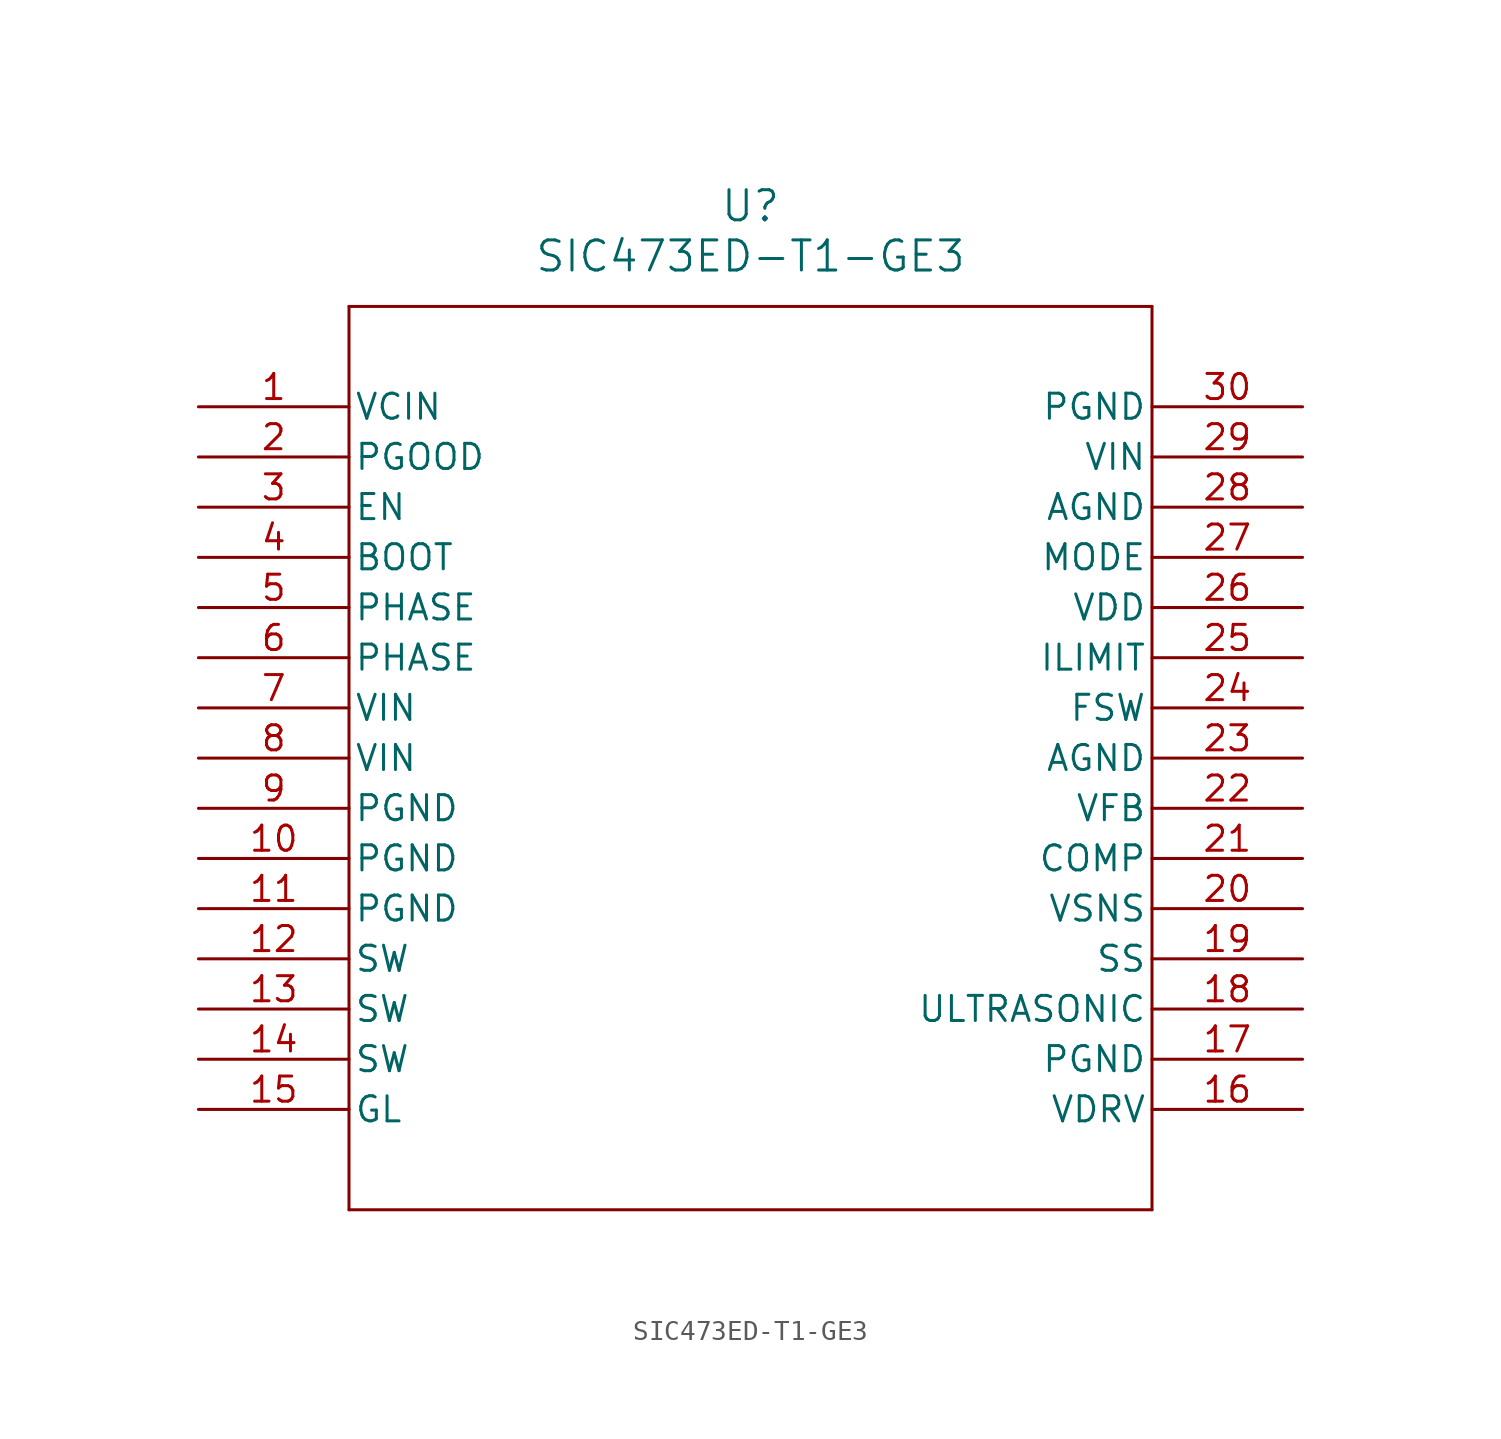
<source format=kicad_sym>
(kicad_symbol_lib
  (version 20211014)
  (generator kicad_symbol_editor)
  (symbol "SIC473ED-T1-GE3"
    (pin_names
      (offset 0.254))
    (property "Reference" "U"
      (at 27.94 10.16 0)
      (effects (font (size 1.524 1.524))))
    (property "Value" "SIC473ED-T1-GE3"
      (at 27.94 7.62 0)
      (effects (font (size 1.524 1.524))))
    (symbol "SIC473ED-T1-GE3_0_1"
      (polyline (pts (xy 7.62 5.08) (xy 7.62 -40.64)) (stroke (width 0) (type default) (color 0 0 0 0)) (fill (type none)))
      (polyline (pts (xy 7.62 -40.64) (xy 48.26 -40.64)) (stroke (width 0) (type default) (color 0 0 0 0)) (fill (type none)))
      (polyline (pts (xy 48.26 -40.64) (xy 48.26 5.08)) (stroke (width 0) (type default) (color 0 0 0 0)) (fill (type none)))
      (polyline (pts (xy 48.26 5.08) (xy 7.62 5.08)) (stroke (width 0) (type default) (color 0 0 0 0)) (fill (type none)))
      (pin power_in line (at 0 0 0) (length 7.62) (name "VCIN" (effects (font (size 1.27 1.27)))) (number "1" (effects (font (size 1.27 1.27)))))
      (pin output line (at 0 -2.54 0) (length 7.62) (name "PGOOD" (effects (font (size 1.27 1.27)))) (number "2" (effects (font (size 1.27 1.27)))))
      (pin unspecified line (at 0 -5.08 0) (length 7.62) (name "EN" (effects (font (size 1.27 1.27)))) (number "3" (effects (font (size 1.27 1.27)))))
      (pin power_in line (at 0 -7.62 0) (length 7.62) (name "BOOT" (effects (font (size 1.27 1.27)))) (number "4" (effects (font (size 1.27 1.27)))))
      (pin unspecified line (at 0 -10.16 0) (length 7.62) (name "PHASE" (effects (font (size 1.27 1.27)))) (number "5" (effects (font (size 1.27 1.27)))))
      (pin unspecified line (at 0 -12.7 0) (length 7.62) (name "PHASE" (effects (font (size 1.27 1.27)))) (number "6" (effects (font (size 1.27 1.27)))))
      (pin power_in line (at 0 -15.24 0) (length 7.62) (name "VIN" (effects (font (size 1.27 1.27)))) (number "7" (effects (font (size 1.27 1.27)))))
      (pin power_in line (at 0 -17.78 0) (length 7.62) (name "VIN" (effects (font (size 1.27 1.27)))) (number "8" (effects (font (size 1.27 1.27)))))
      (pin power_out line (at 0 -20.32 0) (length 7.62) (name "PGND" (effects (font (size 1.27 1.27)))) (number "9" (effects (font (size 1.27 1.27)))))
      (pin power_out line (at 0 -22.86 0) (length 7.62) (name "PGND" (effects (font (size 1.27 1.27)))) (number "10" (effects (font (size 1.27 1.27)))))
      (pin power_out line (at 0 -25.4 0) (length 7.62) (name "PGND" (effects (font (size 1.27 1.27)))) (number "11" (effects (font (size 1.27 1.27)))))
      (pin unspecified line (at 0 -27.94 0) (length 7.62) (name "SW" (effects (font (size 1.27 1.27)))) (number "12" (effects (font (size 1.27 1.27)))))
      (pin unspecified line (at 0 -30.48 0) (length 7.62) (name "SW" (effects (font (size 1.27 1.27)))) (number "13" (effects (font (size 1.27 1.27)))))
      (pin unspecified line (at 0 -33.02 0) (length 7.62) (name "SW" (effects (font (size 1.27 1.27)))) (number "14" (effects (font (size 1.27 1.27)))))
      (pin unspecified line (at 0 -35.56 0) (length 7.62) (name "GL" (effects (font (size 1.27 1.27)))) (number "15" (effects (font (size 1.27 1.27)))))
      (pin power_in line (at 55.88 -35.56 180) (length 7.62) (name "VDRV" (effects (font (size 1.27 1.27)))) (number "16" (effects (font (size 1.27 1.27)))))
      (pin power_out line (at 55.88 -33.02 180) (length 7.62) (name "PGND" (effects (font (size 1.27 1.27)))) (number "17" (effects (font (size 1.27 1.27)))))
      (pin unspecified line (at 55.88 -30.48 180) (length 7.62) (name "ULTRASONIC" (effects (font (size 1.27 1.27)))) (number "18" (effects (font (size 1.27 1.27)))))
      (pin unspecified line (at 55.88 -27.94 180) (length 7.62) (name "SS" (effects (font (size 1.27 1.27)))) (number "19" (effects (font (size 1.27 1.27)))))
      (pin unspecified line (at 55.88 -25.4 180) (length 7.62) (name "VSNS" (effects (font (size 1.27 1.27)))) (number "20" (effects (font (size 1.27 1.27)))))
      (pin output line (at 55.88 -22.86 180) (length 7.62) (name "COMP" (effects (font (size 1.27 1.27)))) (number "21" (effects (font (size 1.27 1.27)))))
      (pin input line (at 55.88 -20.32 180) (length 7.62) (name "VFB" (effects (font (size 1.27 1.27)))) (number "22" (effects (font (size 1.27 1.27)))))
      (pin power_out line (at 55.88 -17.78 180) (length 7.62) (name "AGND" (effects (font (size 1.27 1.27)))) (number "23" (effects (font (size 1.27 1.27)))))
      (pin unspecified line (at 55.88 -15.24 180) (length 7.62) (name "FSW" (effects (font (size 1.27 1.27)))) (number "24" (effects (font (size 1.27 1.27)))))
      (pin unspecified line (at 55.88 -12.7 180) (length 7.62) (name "ILIMIT" (effects (font (size 1.27 1.27)))) (number "25" (effects (font (size 1.27 1.27)))))
      (pin power_in line (at 55.88 -10.16 180) (length 7.62) (name "VDD" (effects (font (size 1.27 1.27)))) (number "26" (effects (font (size 1.27 1.27)))))
      (pin unspecified line (at 55.88 -7.62 180) (length 7.62) (name "MODE" (effects (font (size 1.27 1.27)))) (number "27" (effects (font (size 1.27 1.27)))))
      (pin power_out line (at 55.88 -5.08 180) (length 7.62) (name "AGND" (effects (font (size 1.27 1.27)))) (number "28" (effects (font (size 1.27 1.27)))))
      (pin power_in line (at 55.88 -2.54 180) (length 7.62) (name "VIN" (effects (font (size 1.27 1.27)))) (number "29" (effects (font (size 1.27 1.27)))))
      (pin power_out line (at 55.88 0 180) (length 7.62) (name "PGND" (effects (font (size 1.27 1.27)))) (number "30" (effects (font (size 1.27 1.27))))))))
</source>
